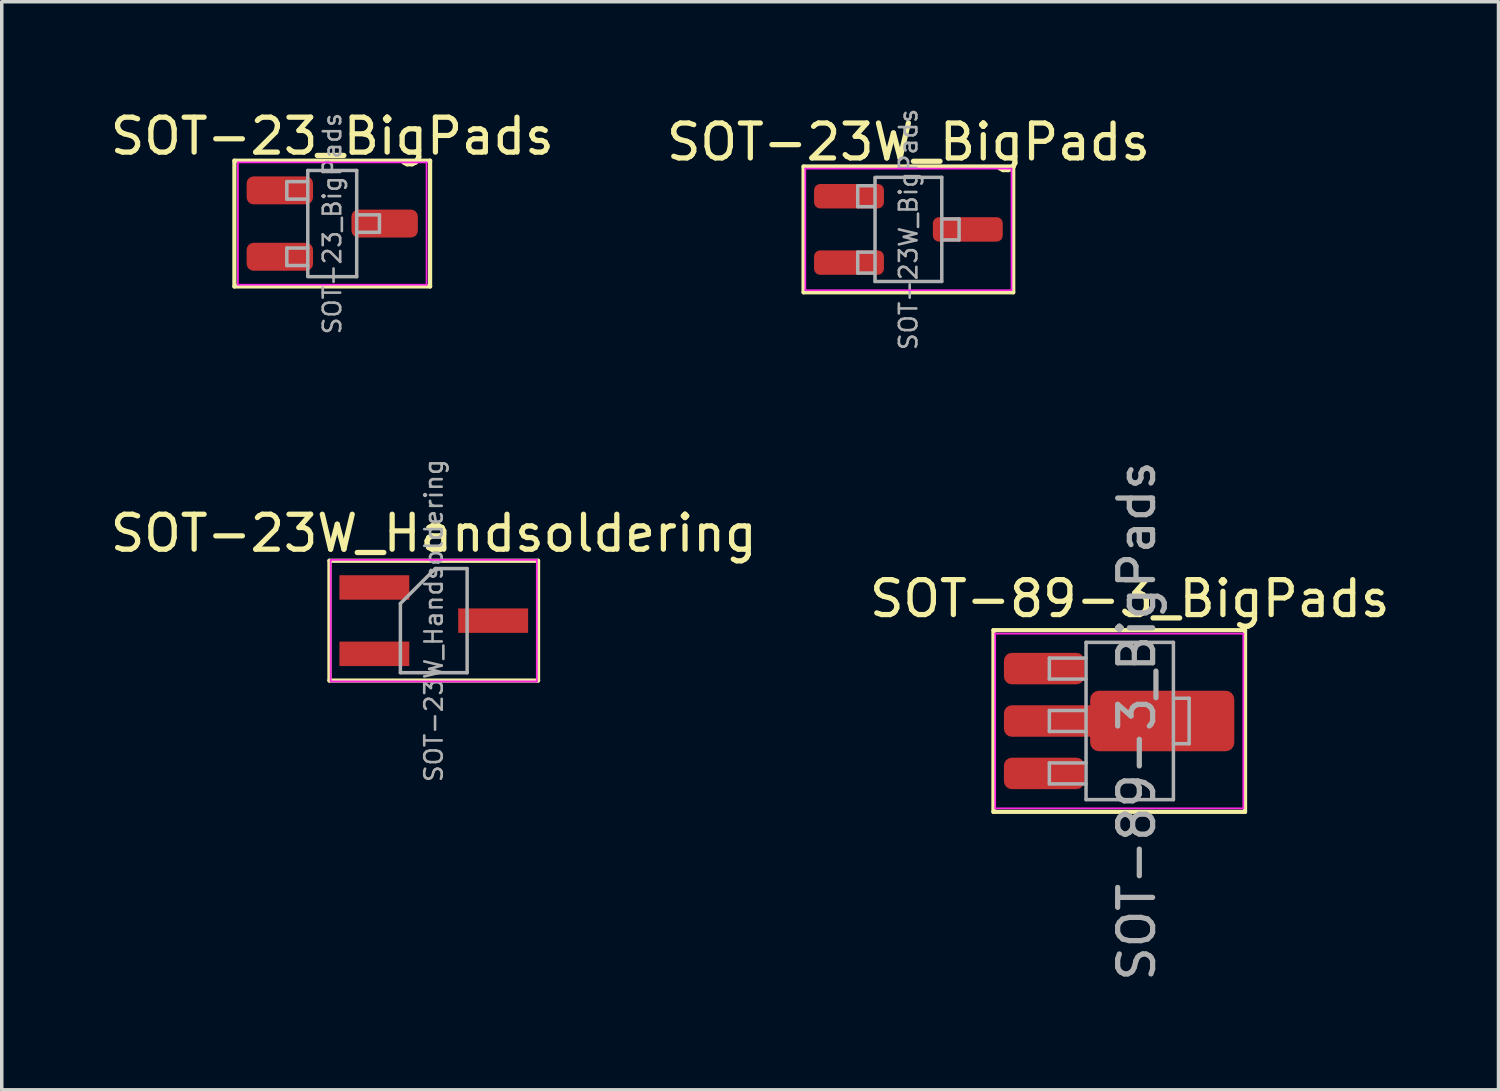
<source format=kicad_pcb>
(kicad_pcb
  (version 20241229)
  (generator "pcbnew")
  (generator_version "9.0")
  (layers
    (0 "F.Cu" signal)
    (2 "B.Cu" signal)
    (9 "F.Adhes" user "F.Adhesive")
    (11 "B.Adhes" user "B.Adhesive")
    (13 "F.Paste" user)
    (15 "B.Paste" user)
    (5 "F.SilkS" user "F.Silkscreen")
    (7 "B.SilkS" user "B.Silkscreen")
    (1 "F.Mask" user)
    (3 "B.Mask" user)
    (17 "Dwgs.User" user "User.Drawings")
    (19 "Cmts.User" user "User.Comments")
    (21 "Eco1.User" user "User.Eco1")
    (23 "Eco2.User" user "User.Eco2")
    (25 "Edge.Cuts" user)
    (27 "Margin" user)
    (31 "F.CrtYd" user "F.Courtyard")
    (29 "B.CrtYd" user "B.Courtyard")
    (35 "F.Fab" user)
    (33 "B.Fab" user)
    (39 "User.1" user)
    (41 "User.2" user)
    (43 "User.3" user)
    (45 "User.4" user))
  (footprint "SOT-23_BigPads"
    (layer "F.Cu")
    (at 6.458 3.348)
    (property "Reference" "SOT-23_BigPads" (at 0 -2.5 0) (layer "F.SilkS") (effects (font (size 1 1) (thickness 0.15))))
    (attr smd)
    (fp_line (start -2.8 -1.8) (end -2.8 1.8) (stroke (width 0.12) (type solid)) (layer "F.SilkS"))
    (fp_line (start -2.8 1.8) (end 2.8 1.8) (stroke (width 0.12) (type solid)) (layer "F.SilkS"))
    (fp_line (start 2.8 -1.8) (end -2.8 -1.8) (stroke (width 0.12) (type solid)) (layer "F.SilkS"))
    (fp_line (start 2.8 1.8) (end 2.8 -1.8) (stroke (width 0.12) (type solid)) (layer "F.SilkS"))
    (fp_line (start -2.7 -1.75) (end 2.7 -1.75) (stroke (width 0.05) (type solid)) (layer "F.CrtYd"))
    (fp_line (start -2.7 1.75) (end -2.7 -1.75) (stroke (width 0.05) (type solid)) (layer "F.CrtYd"))
    (fp_line (start 2.7 -1.75) (end 2.7 1.75) (stroke (width 0.05) (type solid)) (layer "F.CrtYd"))
    (fp_line (start 2.7 1.75) (end -2.7 1.75) (stroke (width 0.05) (type solid)) (layer "F.CrtYd"))
    (fp_line (start -1.3 -1.2) (end -1.3 -0.7) (stroke (width 0.1) (type solid)) (layer "F.Fab"))
    (fp_line (start -1.3 -0.7) (end -0.7 -0.7) (stroke (width 0.1) (type solid)) (layer "F.Fab"))
    (fp_line (start -1.3 0.7) (end -1.3 1.2) (stroke (width 0.1) (type solid)) (layer "F.Fab"))
    (fp_line (start -1.3 1.2) (end -0.7 1.2) (stroke (width 0.1) (type solid)) (layer "F.Fab"))
    (fp_line (start -0.7 -1.52) (end -0.7 1.5) (stroke (width 0.1) (type solid)) (layer "F.Fab"))
    (fp_line (start -0.7 -1.52) (end 0.7 -1.52) (stroke (width 0.1) (type solid)) (layer "F.Fab"))
    (fp_line (start -0.7 -1.2) (end -1.3 -1.2) (stroke (width 0.1) (type solid)) (layer "F.Fab"))
    (fp_line (start -0.7 0.7) (end -1.3 0.7) (stroke (width 0.1) (type solid)) (layer "F.Fab"))
    (fp_line (start -0.7 1.52) (end 0.7 1.52) (stroke (width 0.1) (type solid)) (layer "F.Fab"))
    (fp_line (start 0.7 -1.52) (end 0.7 1.52) (stroke (width 0.1) (type solid)) (layer "F.Fab"))
    (fp_line (start 0.75 0.25) (end 1.35 0.25) (stroke (width 0.1) (type solid)) (layer "F.Fab"))
    (fp_line (start 1.35 -0.25) (end 0.75 -0.25) (stroke (width 0.1) (type solid)) (layer "F.Fab"))
    (fp_line (start 1.35 0.25) (end 1.35 -0.25) (stroke (width 0.1) (type solid)) (layer "F.Fab"))
    (fp_text user "${REFERENCE}" (at 0 0 90) (layer "F.Fab") (effects (font (size 0.5 0.5) (thickness 0.075))))
    (pad "1" smd roundrect (at -1.5 -0.95) (size 1.9 0.8) (layers "F.Cu" "F.Mask" "F.Paste") (roundrect_rratio 0.25))
    (pad "2" smd roundrect (at -1.5 0.95) (size 1.9 0.8) (layers "F.Cu" "F.Mask" "F.Paste") (roundrect_rratio 0.25))
    (pad "3" smd roundrect (at 1.5 0) (size 1.9 0.8) (layers "F.Cu" "F.Mask" "F.Paste") (roundrect_rratio 0.25)))
  (footprint "SOT-89-3_BigPads"
    (layer "F.Cu")
    (at 28.98 17.583)
    (property "Reference" "SOT-89-3_BigPads" (at 0.3 -3.5 0) (layer "F.SilkS") (effects (font (size 1 1) (thickness 0.15))))
    (attr smd)
    (fp_line (start -3.6 -2.6) (end -3.6 2.6) (stroke (width 0.12) (type solid)) (layer "F.SilkS"))
    (fp_line (start -3.6 2.6) (end 3.6 2.6) (stroke (width 0.12) (type solid)) (layer "F.SilkS"))
    (fp_line (start 3.6 -2.6) (end -3.6 -2.6) (stroke (width 0.12) (type solid)) (layer "F.SilkS"))
    (fp_line (start 3.6 2.6) (end 3.6 -2.6) (stroke (width 0.12) (type solid)) (layer "F.SilkS"))
    (fp_line (start -3.55 2.5) (end -3.55 -2.5) (stroke (width 0.05) (type solid)) (layer "F.CrtYd"))
    (fp_line (start -3.55 2.5) (end 3.55 2.5) (stroke (width 0.05) (type solid)) (layer "F.CrtYd"))
    (fp_line (start 3.55 -2.5) (end -3.55 -2.5) (stroke (width 0.05) (type solid)) (layer "F.CrtYd"))
    (fp_line (start 3.55 -2.5) (end 3.55 2.5) (stroke (width 0.05) (type solid)) (layer "F.CrtYd"))
    (fp_line (start -2 -1.8) (end -2 -1.2) (stroke (width 0.1) (type solid)) (layer "F.Fab"))
    (fp_line (start -2 -1.2) (end -0.95 -1.2) (stroke (width 0.1) (type solid)) (layer "F.Fab"))
    (fp_line (start -2 -0.3) (end -2 0.3) (stroke (width 0.1) (type solid)) (layer "F.Fab"))
    (fp_line (start -2 0.3) (end -0.95 0.3) (stroke (width 0.1) (type solid)) (layer "F.Fab"))
    (fp_line (start -2 1.2) (end -2 1.8) (stroke (width 0.1) (type solid)) (layer "F.Fab"))
    (fp_line (start -2 1.8) (end -0.95 1.8) (stroke (width 0.1) (type solid)) (layer "F.Fab"))
    (fp_line (start -0.95 -2.25) (end 1.55 -2.25) (stroke (width 0.1) (type solid)) (layer "F.Fab"))
    (fp_line (start -0.95 -1.8) (end -2 -1.8) (stroke (width 0.1) (type solid)) (layer "F.Fab"))
    (fp_line (start -0.95 -0.3) (end -2 -0.3) (stroke (width 0.1) (type solid)) (layer "F.Fab"))
    (fp_line (start -0.95 1.2) (end -2 1.2) (stroke (width 0.1) (type solid)) (layer "F.Fab"))
    (fp_line (start -0.95 2.25) (end -0.95 -2.25) (stroke (width 0.1) (type solid)) (layer "F.Fab"))
    (fp_line (start 1.55 -2.25) (end 1.55 2.25) (stroke (width 0.1) (type solid)) (layer "F.Fab"))
    (fp_line (start 1.55 -0.65) (end 2 -0.65) (stroke (width 0.1) (type solid)) (layer "F.Fab"))
    (fp_line (start 1.55 2.25) (end -0.95 2.25) (stroke (width 0.1) (type solid)) (layer "F.Fab"))
    (fp_line (start 2 -0.65) (end 2 0.65) (stroke (width 0.1) (type solid)) (layer "F.Fab"))
    (fp_line (start 2 0.65) (end 1.55 0.65) (stroke (width 0.1) (type solid)) (layer "F.Fab"))
    (fp_text user "${REFERENCE}" (at 0.5 0 90) (layer "F.Fab") (effects (font (size 1 1) (thickness 0.15))))
    (pad "1" smd roundrect (at -2.15 -1.5) (size 2.3 0.9) (layers "F.Cu" "F.Mask" "F.Paste") (roundrect_rratio 0.25))
    (pad "2" smd roundrect (at -1.95 0) (size 2.7 0.9) (layers "F.Cu" "F.Mask" "F.Paste") (roundrect_rratio 0.25))
    (pad "2" smd roundrect (at 1.23 0) (size 4.125 1.733) (layers "F.Cu" "F.Mask" "F.Paste") (roundrect_rratio 0.144))
    (pad "3" smd roundrect (at -2.15 1.5) (size 2.3 0.9) (layers "F.Cu" "F.Mask" "F.Paste") (roundrect_rratio 0.25)))
  (footprint "SOT-23W_Handsoldering"
    (layer "F.Cu")
    (at 9.363 14.711)
    (property "Reference" "SOT-23W_Handsoldering" (at 0 -2.5 0) (layer "F.SilkS") (effects (font (size 1 1) (thickness 0.15))))
    (attr smd)
    (fp_line (start -2.985 -1.714) (end -2.985 1.714) (stroke (width 0.12) (type solid)) (layer "F.SilkS"))
    (fp_line (start -2.985 1.714) (end 2.985 1.714) (stroke (width 0.12) (type solid)) (layer "F.SilkS"))
    (fp_line (start 2.985 -1.714) (end -2.985 -1.714) (stroke (width 0.12) (type solid)) (layer "F.SilkS"))
    (fp_line (start 2.985 1.714) (end 2.985 -1.714) (stroke (width 0.12) (type solid)) (layer "F.SilkS"))
    (fp_line (start -2.95 -1.74) (end 2.95 -1.74) (stroke (width 0.05) (type solid)) (layer "F.CrtYd"))
    (fp_line (start -2.95 1.74) (end -2.95 -1.74) (stroke (width 0.05) (type solid)) (layer "F.CrtYd"))
    (fp_line (start 2.95 -1.74) (end 2.95 1.74) (stroke (width 0.05) (type solid)) (layer "F.CrtYd"))
    (fp_line (start 2.95 1.74) (end -2.95 1.74) (stroke (width 0.05) (type solid)) (layer "F.CrtYd"))
    (fp_line (start -0.955 -0.49) (end -0.955 1.49) (stroke (width 0.1) (type solid)) (layer "F.Fab"))
    (fp_line (start -0.955 -0.49) (end 0.045 -1.49) (stroke (width 0.1) (type solid)) (layer "F.Fab"))
    (fp_line (start -0.955 1.49) (end 0.955 1.49) (stroke (width 0.1) (type solid)) (layer "F.Fab"))
    (fp_line (start 0.045 -1.49) (end 0.955 -1.49) (stroke (width 0.1) (type solid)) (layer "F.Fab"))
    (fp_line (start 0.955 -1.49) (end 0.955 1.49) (stroke (width 0.1) (type solid)) (layer "F.Fab"))
    (fp_text user "${REFERENCE}" (at 0 0 90) (layer "F.Fab") (effects (font (size 0.5 0.5) (thickness 0.075))))
    (pad "1" smd rect (at -1.7 -0.95) (size 2 0.7) (layers "F.Cu" "F.Mask" "F.Paste"))
    (pad "2" smd rect (at -1.7 0.95) (size 2 0.7) (layers "F.Cu" "F.Mask" "F.Paste"))
    (pad "3" smd rect (at 1.7 0) (size 2 0.7) (layers "F.Cu" "F.Mask" "F.Paste")))
  (footprint "SOT-23W_BigPads"
    (layer "F.Cu")
    (at 22.946 3.515)
    (property "Reference" "SOT-23W_BigPads" (at 0 -2.5 0) (layer "F.SilkS") (effects (font (size 1 1) (thickness 0.15))))
    (attr smd)
    (fp_line (start -3 -1.8) (end -3 1.8) (stroke (width 0.12) (type solid)) (layer "F.SilkS"))
    (fp_line (start -3 1.8) (end 3 1.8) (stroke (width 0.12) (type solid)) (layer "F.SilkS"))
    (fp_line (start 3 -1.8) (end -3 -1.8) (stroke (width 0.12) (type solid)) (layer "F.SilkS"))
    (fp_line (start 3 1.8) (end 3 -1.8) (stroke (width 0.12) (type solid)) (layer "F.SilkS"))
    (fp_line (start -2.95 -1.74) (end 2.95 -1.74) (stroke (width 0.05) (type solid)) (layer "F.CrtYd"))
    (fp_line (start -2.95 1.74) (end -2.95 -1.74) (stroke (width 0.05) (type solid)) (layer "F.CrtYd"))
    (fp_line (start 2.95 -1.74) (end 2.95 1.74) (stroke (width 0.05) (type solid)) (layer "F.CrtYd"))
    (fp_line (start 2.95 1.74) (end -2.95 1.74) (stroke (width 0.05) (type solid)) (layer "F.CrtYd"))
    (fp_line (start -1.45 -1.25) (end -1.45 -0.65) (stroke (width 0.1) (type solid)) (layer "F.Fab"))
    (fp_line (start -1.45 -1.25) (end -1 -1.25) (stroke (width 0.1) (type solid)) (layer "F.Fab"))
    (fp_line (start -1.45 -0.65) (end -1 -0.65) (stroke (width 0.1) (type solid)) (layer "F.Fab"))
    (fp_line (start -1.45 0.65) (end -1.45 1.25) (stroke (width 0.1) (type solid)) (layer "F.Fab"))
    (fp_line (start -1.45 0.65) (end -1 0.65) (stroke (width 0.1) (type solid)) (layer "F.Fab"))
    (fp_line (start -1.45 1.25) (end -1 1.25) (stroke (width 0.1) (type solid)) (layer "F.Fab"))
    (fp_line (start -0.955 -1.48) (end -0.955 1.49) (stroke (width 0.1) (type solid)) (layer "F.Fab"))
    (fp_line (start -0.955 1.49) (end 0.955 1.49) (stroke (width 0.1) (type solid)) (layer "F.Fab"))
    (fp_line (start -0.95 -1.49) (end 0.955 -1.49) (stroke (width 0.1) (type solid)) (layer "F.Fab"))
    (fp_line (start 0.955 -1.49) (end 0.955 1.49) (stroke (width 0.1) (type solid)) (layer "F.Fab"))
    (fp_line (start 1.45 -0.3) (end 1 -0.3) (stroke (width 0.1) (type solid)) (layer "F.Fab"))
    (fp_line (start 1.45 0.3) (end 1 0.3) (stroke (width 0.1) (type solid)) (layer "F.Fab"))
    (fp_line (start 1.45 0.3) (end 1.45 -0.3) (stroke (width 0.1) (type solid)) (layer "F.Fab"))
    (fp_text user "${REFERENCE}" (at 0 0 90) (layer "F.Fab") (effects (font (size 0.5 0.5) (thickness 0.075))))
    (pad "1" smd roundrect (at -1.7 -0.95) (size 2 0.7) (layers "F.Cu" "F.Mask" "F.Paste") (roundrect_rratio 0.25))
    (pad "2" smd roundrect (at -1.7 0.95) (size 2 0.7) (layers "F.Cu" "F.Mask" "F.Paste") (roundrect_rratio 0.25))
    (pad "3" smd roundrect (at 1.7 0) (size 2 0.7) (layers "F.Cu" "F.Mask" "F.Paste") (roundrect_rratio 0.25)))
  (gr_rect
    (start -3 -3)
    (end 39.833 28.137)
    (stroke (width 0.1) (type default))
    (fill no)
    (layer "Edge.Cuts")))
</source>
